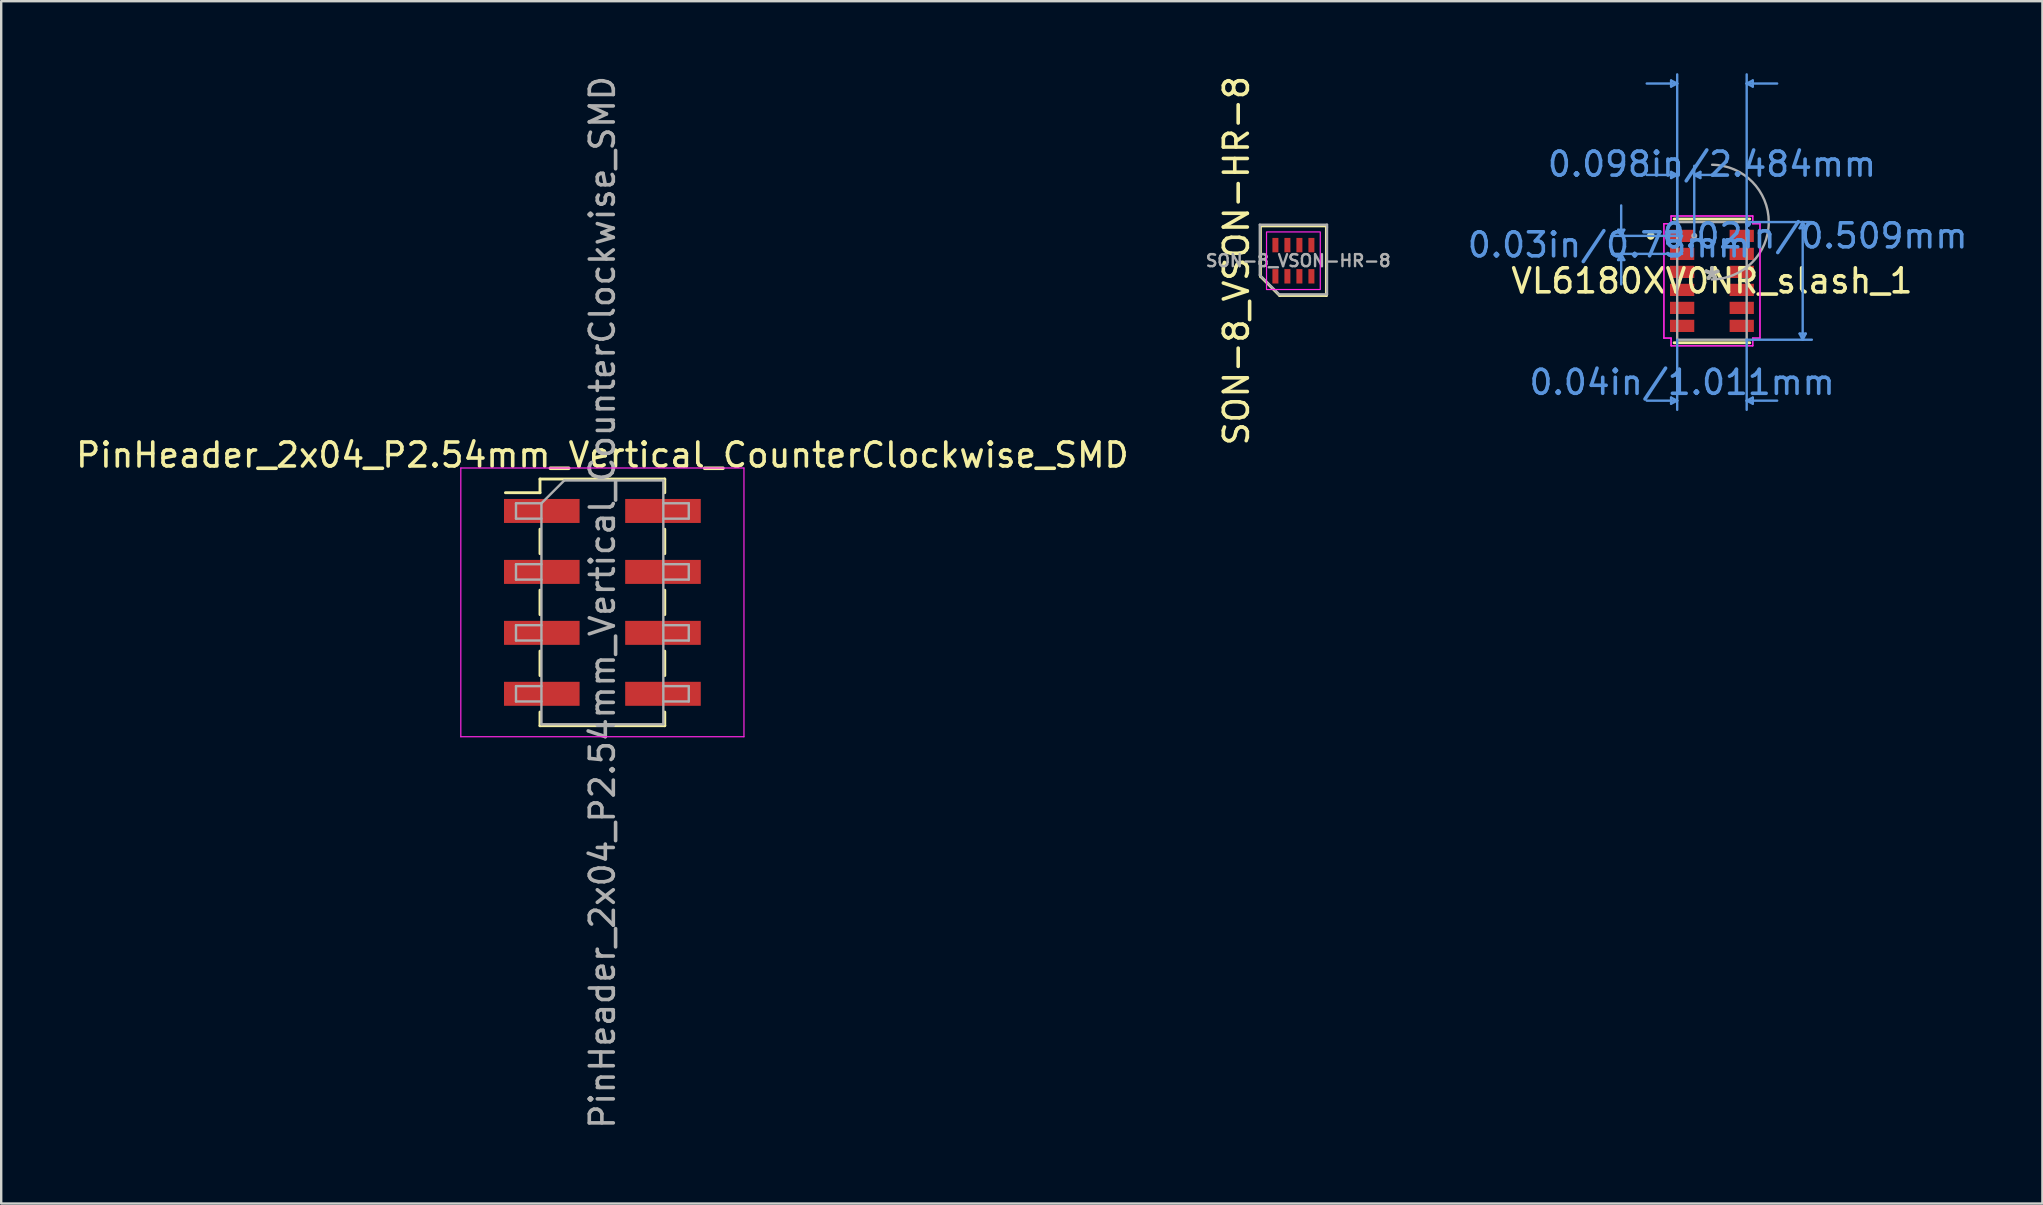
<source format=kicad_pcb>
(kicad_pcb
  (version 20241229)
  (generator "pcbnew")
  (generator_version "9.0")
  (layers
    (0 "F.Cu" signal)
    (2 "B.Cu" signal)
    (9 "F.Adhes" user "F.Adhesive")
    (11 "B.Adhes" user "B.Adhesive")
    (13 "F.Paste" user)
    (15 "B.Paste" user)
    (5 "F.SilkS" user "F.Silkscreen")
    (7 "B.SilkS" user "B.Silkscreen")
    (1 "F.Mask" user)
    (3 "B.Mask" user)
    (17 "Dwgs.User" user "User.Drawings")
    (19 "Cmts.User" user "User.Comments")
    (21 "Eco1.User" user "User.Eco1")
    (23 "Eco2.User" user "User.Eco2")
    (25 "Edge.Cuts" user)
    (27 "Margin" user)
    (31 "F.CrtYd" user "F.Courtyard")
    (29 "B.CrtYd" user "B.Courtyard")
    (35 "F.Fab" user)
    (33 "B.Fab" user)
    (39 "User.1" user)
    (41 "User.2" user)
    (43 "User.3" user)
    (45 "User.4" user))
  (footprint "PinHeader_2x04_P2.54mm_Vertical_CounterClockwise_SMD"
    (layer "F.Cu")
    (at 22.054 22.054)
    (property "Reference" "PinHeader_2x04_P2.54mm_Vertical_CounterClockwise_SMD" (at 0 -6.14 0) (layer "F.SilkS") (effects (font (size 1 1) (thickness 0.15))))
    (attr smd)
    (fp_line (start -4.04 -4.57) (end -2.6 -4.57) (stroke (width 0.12) (type solid)) (layer "F.SilkS"))
    (fp_line (start -2.6 -5.14) (end -2.6 -4.57) (stroke (width 0.12) (type solid)) (layer "F.SilkS"))
    (fp_line (start -2.6 -5.14) (end 2.6 -5.14) (stroke (width 0.12) (type solid)) (layer "F.SilkS"))
    (fp_line (start -2.6 -3.05) (end -2.6 -2.03) (stroke (width 0.12) (type solid)) (layer "F.SilkS"))
    (fp_line (start -2.6 -0.51) (end -2.6 0.51) (stroke (width 0.12) (type solid)) (layer "F.SilkS"))
    (fp_line (start -2.6 2.03) (end -2.6 3.05) (stroke (width 0.12) (type solid)) (layer "F.SilkS"))
    (fp_line (start -2.6 4.57) (end -2.6 5.14) (stroke (width 0.12) (type solid)) (layer "F.SilkS"))
    (fp_line (start -2.6 5.14) (end 2.6 5.14) (stroke (width 0.12) (type solid)) (layer "F.SilkS"))
    (fp_line (start 2.6 -5.14) (end 2.6 -4.57) (stroke (width 0.12) (type solid)) (layer "F.SilkS"))
    (fp_line (start 2.6 -3.05) (end 2.6 -2.03) (stroke (width 0.12) (type solid)) (layer "F.SilkS"))
    (fp_line (start 2.6 -0.51) (end 2.6 0.51) (stroke (width 0.12) (type solid)) (layer "F.SilkS"))
    (fp_line (start 2.6 2.03) (end 2.6 3.05) (stroke (width 0.12) (type solid)) (layer "F.SilkS"))
    (fp_line (start 2.6 4.57) (end 2.6 5.14) (stroke (width 0.12) (type solid)) (layer "F.SilkS"))
    (fp_line (start -5.9 -5.6) (end -5.9 5.6) (stroke (width 0.05) (type solid)) (layer "F.CrtYd"))
    (fp_line (start -5.9 5.6) (end 5.9 5.6) (stroke (width 0.05) (type solid)) (layer "F.CrtYd"))
    (fp_line (start 5.9 -5.6) (end -5.9 -5.6) (stroke (width 0.05) (type solid)) (layer "F.CrtYd"))
    (fp_line (start 5.9 5.6) (end 5.9 -5.6) (stroke (width 0.05) (type solid)) (layer "F.CrtYd"))
    (fp_line (start -3.6 -4.13) (end -3.6 -3.49) (stroke (width 0.1) (type solid)) (layer "F.Fab"))
    (fp_line (start -3.6 -3.49) (end -2.54 -3.49) (stroke (width 0.1) (type solid)) (layer "F.Fab"))
    (fp_line (start -3.6 -1.59) (end -3.6 -0.95) (stroke (width 0.1) (type solid)) (layer "F.Fab"))
    (fp_line (start -3.6 -0.95) (end -2.54 -0.95) (stroke (width 0.1) (type solid)) (layer "F.Fab"))
    (fp_line (start -3.6 0.95) (end -3.6 1.59) (stroke (width 0.1) (type solid)) (layer "F.Fab"))
    (fp_line (start -3.6 1.59) (end -2.54 1.59) (stroke (width 0.1) (type solid)) (layer "F.Fab"))
    (fp_line (start -3.6 3.49) (end -3.6 4.13) (stroke (width 0.1) (type solid)) (layer "F.Fab"))
    (fp_line (start -3.6 4.13) (end -2.54 4.13) (stroke (width 0.1) (type solid)) (layer "F.Fab"))
    (fp_line (start -2.54 -4.13) (end -3.6 -4.13) (stroke (width 0.1) (type solid)) (layer "F.Fab"))
    (fp_line (start -2.54 -4.13) (end -1.59 -5.08) (stroke (width 0.1) (type solid)) (layer "F.Fab"))
    (fp_line (start -2.54 -1.59) (end -3.6 -1.59) (stroke (width 0.1) (type solid)) (layer "F.Fab"))
    (fp_line (start -2.54 0.95) (end -3.6 0.95) (stroke (width 0.1) (type solid)) (layer "F.Fab"))
    (fp_line (start -2.54 3.49) (end -3.6 3.49) (stroke (width 0.1) (type solid)) (layer "F.Fab"))
    (fp_line (start -2.54 5.08) (end -2.54 -4.13) (stroke (width 0.1) (type solid)) (layer "F.Fab"))
    (fp_line (start -1.59 -5.08) (end 2.54 -5.08) (stroke (width 0.1) (type solid)) (layer "F.Fab"))
    (fp_line (start 2.54 -5.08) (end 2.54 5.08) (stroke (width 0.1) (type solid)) (layer "F.Fab"))
    (fp_line (start 2.54 -4.13) (end 3.6 -4.13) (stroke (width 0.1) (type solid)) (layer "F.Fab"))
    (fp_line (start 2.54 -1.59) (end 3.6 -1.59) (stroke (width 0.1) (type solid)) (layer "F.Fab"))
    (fp_line (start 2.54 0.95) (end 3.6 0.95) (stroke (width 0.1) (type solid)) (layer "F.Fab"))
    (fp_line (start 2.54 3.49) (end 3.6 3.49) (stroke (width 0.1) (type solid)) (layer "F.Fab"))
    (fp_line (start 2.54 5.08) (end -2.54 5.08) (stroke (width 0.1) (type solid)) (layer "F.Fab"))
    (fp_line (start 3.6 -4.13) (end 3.6 -3.49) (stroke (width 0.1) (type solid)) (layer "F.Fab"))
    (fp_line (start 3.6 -3.49) (end 2.54 -3.49) (stroke (width 0.1) (type solid)) (layer "F.Fab"))
    (fp_line (start 3.6 -1.59) (end 3.6 -0.95) (stroke (width 0.1) (type solid)) (layer "F.Fab"))
    (fp_line (start 3.6 -0.95) (end 2.54 -0.95) (stroke (width 0.1) (type solid)) (layer "F.Fab"))
    (fp_line (start 3.6 0.95) (end 3.6 1.59) (stroke (width 0.1) (type solid)) (layer "F.Fab"))
    (fp_line (start 3.6 1.59) (end 2.54 1.59) (stroke (width 0.1) (type solid)) (layer "F.Fab"))
    (fp_line (start 3.6 3.49) (end 3.6 4.13) (stroke (width 0.1) (type solid)) (layer "F.Fab"))
    (fp_line (start 3.6 4.13) (end 2.54 4.13) (stroke (width 0.1) (type solid)) (layer "F.Fab"))
    (fp_text user "${REFERENCE}" (at 0 0 90) (layer "F.Fab") (effects (font (size 1 1) (thickness 0.15))))
    (pad "1" smd rect (at -2.525 -3.81) (size 3.15 1) (layers "F.Cu" "F.Mask" "F.Paste"))
    (pad "2" smd rect (at -2.525 -1.27) (size 3.15 1) (layers "F.Cu" "F.Mask" "F.Paste"))
    (pad "3" smd rect (at -2.525 1.27) (size 3.15 1) (layers "F.Cu" "F.Mask" "F.Paste"))
    (pad "4" smd rect (at -2.525 3.81) (size 3.15 1) (layers "F.Cu" "F.Mask" "F.Paste"))
    (pad "5" smd rect (at 2.525 3.81) (size 3.15 1) (layers "F.Cu" "F.Mask" "F.Paste"))
    (pad "6" smd rect (at 2.525 1.27) (size 3.15 1) (layers "F.Cu" "F.Mask" "F.Paste"))
    (pad "7" smd rect (at 2.525 -1.27) (size 3.15 1) (layers "F.Cu" "F.Mask" "F.Paste"))
    (pad "8" smd rect (at 2.525 -3.81) (size 3.15 1) (layers "F.Cu" "F.Mask" "F.Paste")))
  (footprint "VL6180XV0NR_slash_1"
    (layer "F.Cu")
    (at 68.294 8.656)
    (property "Reference" "VL6180XV0NR_slash_1" (at 0 0 0) (layer "F.SilkS") (effects (font (size 1 1) (thickness 0.15))))
    (attr through_hole)
    (fp_line (start -1.575 2.578) (end 1.575 2.578) (stroke (width 0.12) (type solid)) (layer "F.SilkS"))
    (fp_line (start 1.575 -2.578) (end -1.575 -2.578) (stroke (width 0.12) (type solid)) (layer "F.SilkS"))
    (fp_circle (center -2.549 -1.875) (end -2.447 -1.875) (stroke (width 0.12) (type solid)) (fill no) (layer "F.SilkS"))
    (fp_line (start -3.909 -2.129) (end -3.655 -2.129) (stroke (width 0.1) (type solid)) (layer "Cmts.User"))
    (fp_line (start -3.909 -0.871) (end -3.655 -0.871) (stroke (width 0.1) (type solid)) (layer "Cmts.User"))
    (fp_line (start -3.782 -1.875) (end -3.909 -2.129) (stroke (width 0.1) (type solid)) (layer "Cmts.User"))
    (fp_line (start -3.782 -1.875) (end -3.782 -3.145) (stroke (width 0.1) (type solid)) (layer "Cmts.User"))
    (fp_line (start -3.782 -1.875) (end -3.655 -2.129) (stroke (width 0.1) (type solid)) (layer "Cmts.User"))
    (fp_line (start -3.782 -1.125) (end -3.909 -0.871) (stroke (width 0.1) (type solid)) (layer "Cmts.User"))
    (fp_line (start -3.782 -1.125) (end -3.782 0.145) (stroke (width 0.1) (type solid)) (layer "Cmts.User"))
    (fp_line (start -3.782 -1.125) (end -3.655 -0.871) (stroke (width 0.1) (type solid)) (layer "Cmts.User"))
    (fp_line (start -1.702 -8.352) (end -1.702 -8.098) (stroke (width 0.1) (type solid)) (layer "Cmts.User"))
    (fp_line (start -1.702 -4.542) (end -1.702 -4.288) (stroke (width 0.1) (type solid)) (layer "Cmts.User"))
    (fp_line (start -1.702 4.864) (end -1.702 5.118) (stroke (width 0.1) (type solid)) (layer "Cmts.User"))
    (fp_line (start -1.448 -8.225) (end -2.718 -8.225) (stroke (width 0.1) (type solid)) (layer "Cmts.User"))
    (fp_line (start -1.448 -8.225) (end -1.702 -8.352) (stroke (width 0.1) (type solid)) (layer "Cmts.User"))
    (fp_line (start -1.448 -8.225) (end -1.702 -8.098) (stroke (width 0.1) (type solid)) (layer "Cmts.User"))
    (fp_line (start -1.448 -4.415) (end -2.718 -4.415) (stroke (width 0.1) (type solid)) (layer "Cmts.User"))
    (fp_line (start -1.448 -4.415) (end -1.702 -4.542) (stroke (width 0.1) (type solid)) (layer "Cmts.User"))
    (fp_line (start -1.448 -4.415) (end -1.702 -4.288) (stroke (width 0.1) (type solid)) (layer "Cmts.User"))
    (fp_line (start -1.448 -1.875) (end -1.448 -8.606) (stroke (width 0.1) (type solid)) (layer "Cmts.User"))
    (fp_line (start -1.448 -1.875) (end -1.448 -4.796) (stroke (width 0.1) (type solid)) (layer "Cmts.User"))
    (fp_line (start -1.448 2.451) (end -1.448 5.372) (stroke (width 0.1) (type solid)) (layer "Cmts.User"))
    (fp_line (start -1.448 4.991) (end -2.718 4.991) (stroke (width 0.1) (type solid)) (layer "Cmts.User"))
    (fp_line (start -1.448 4.991) (end -1.702 4.864) (stroke (width 0.1) (type solid)) (layer "Cmts.User"))
    (fp_line (start -1.448 4.991) (end -1.702 5.118) (stroke (width 0.1) (type solid)) (layer "Cmts.User"))
    (fp_line (start -1.242 -1.875) (end -4.163 -1.875) (stroke (width 0.1) (type solid)) (layer "Cmts.User"))
    (fp_line (start -1.242 -1.125) (end -4.163 -1.125) (stroke (width 0.1) (type solid)) (layer "Cmts.User"))
    (fp_line (start -0.737 -4.415) (end -0.483 -4.542) (stroke (width 0.1) (type solid)) (layer "Cmts.User"))
    (fp_line (start -0.737 -4.415) (end -0.483 -4.288) (stroke (width 0.1) (type solid)) (layer "Cmts.User"))
    (fp_line (start -0.737 -4.415) (end 0.533 -4.415) (stroke (width 0.1) (type solid)) (layer "Cmts.User"))
    (fp_line (start -0.737 -1.875) (end -0.737 -4.796) (stroke (width 0.1) (type solid)) (layer "Cmts.User"))
    (fp_line (start -0.483 -4.542) (end -0.483 -4.288) (stroke (width 0.1) (type solid)) (layer "Cmts.User"))
    (fp_line (start 1.448 -8.225) (end 1.702 -8.352) (stroke (width 0.1) (type solid)) (layer "Cmts.User"))
    (fp_line (start 1.448 -8.225) (end 1.702 -8.098) (stroke (width 0.1) (type solid)) (layer "Cmts.User"))
    (fp_line (start 1.448 -8.225) (end 2.718 -8.225) (stroke (width 0.1) (type solid)) (layer "Cmts.User"))
    (fp_line (start 1.448 -2.451) (end 4.163 -2.451) (stroke (width 0.1) (type solid)) (layer "Cmts.User"))
    (fp_line (start 1.448 -1.875) (end 1.448 -8.606) (stroke (width 0.1) (type solid)) (layer "Cmts.User"))
    (fp_line (start 1.448 2.451) (end 1.448 5.372) (stroke (width 0.1) (type solid)) (layer "Cmts.User"))
    (fp_line (start 1.448 2.451) (end 4.163 2.451) (stroke (width 0.1) (type solid)) (layer "Cmts.User"))
    (fp_line (start 1.448 4.991) (end 1.702 4.864) (stroke (width 0.1) (type solid)) (layer "Cmts.User"))
    (fp_line (start 1.448 4.991) (end 1.702 5.118) (stroke (width 0.1) (type solid)) (layer "Cmts.User"))
    (fp_line (start 1.448 4.991) (end 2.718 4.991) (stroke (width 0.1) (type solid)) (layer "Cmts.User"))
    (fp_line (start 1.702 -8.352) (end 1.702 -8.098) (stroke (width 0.1) (type solid)) (layer "Cmts.User"))
    (fp_line (start 1.702 4.864) (end 1.702 5.118) (stroke (width 0.1) (type solid)) (layer "Cmts.User"))
    (fp_line (start 3.655 -2.197) (end 3.909 -2.197) (stroke (width 0.1) (type solid)) (layer "Cmts.User"))
    (fp_line (start 3.655 2.197) (end 3.909 2.197) (stroke (width 0.1) (type solid)) (layer "Cmts.User"))
    (fp_line (start 3.782 -2.451) (end 3.655 -2.197) (stroke (width 0.1) (type solid)) (layer "Cmts.User"))
    (fp_line (start 3.782 -2.451) (end 3.782 2.451) (stroke (width 0.1) (type solid)) (layer "Cmts.User"))
    (fp_line (start 3.782 -2.451) (end 3.909 -2.197) (stroke (width 0.1) (type solid)) (layer "Cmts.User"))
    (fp_line (start 3.782 2.451) (end 3.655 2.197) (stroke (width 0.1) (type solid)) (layer "Cmts.User"))
    (fp_line (start 3.782 2.451) (end 3.909 2.197) (stroke (width 0.1) (type solid)) (layer "Cmts.User"))
    (fp_line (start -2.002 -2.383) (end -1.702 -2.383) (stroke (width 0.05) (type solid)) (layer "F.CrtYd"))
    (fp_line (start -2.002 -2.383) (end -1.702 -2.383) (stroke (width 0.05) (type solid)) (layer "F.CrtYd"))
    (fp_line (start -2.002 2.383) (end -2.002 -2.383) (stroke (width 0.05) (type solid)) (layer "F.CrtYd"))
    (fp_line (start -2.002 2.383) (end -2.002 -2.383) (stroke (width 0.05) (type solid)) (layer "F.CrtYd"))
    (fp_line (start -2.002 2.383) (end -1.702 2.383) (stroke (width 0.05) (type solid)) (layer "F.CrtYd"))
    (fp_line (start -1.702 -2.705) (end 1.702 -2.705) (stroke (width 0.05) (type solid)) (layer "F.CrtYd"))
    (fp_line (start -1.702 -2.705) (end 1.702 -2.705) (stroke (width 0.05) (type solid)) (layer "F.CrtYd"))
    (fp_line (start -1.702 -2.383) (end -1.702 -2.705) (stroke (width 0.05) (type solid)) (layer "F.CrtYd"))
    (fp_line (start -1.702 -2.383) (end -1.702 -2.705) (stroke (width 0.05) (type solid)) (layer "F.CrtYd"))
    (fp_line (start -1.702 2.383) (end -2.002 2.383) (stroke (width 0.05) (type solid)) (layer "F.CrtYd"))
    (fp_line (start -1.702 2.705) (end -1.702 2.383) (stroke (width 0.05) (type solid)) (layer "F.CrtYd"))
    (fp_line (start -1.702 2.705) (end -1.702 2.383) (stroke (width 0.05) (type solid)) (layer "F.CrtYd"))
    (fp_line (start 1.702 -2.705) (end 1.702 -2.383) (stroke (width 0.05) (type solid)) (layer "F.CrtYd"))
    (fp_line (start 1.702 -2.705) (end 1.702 -2.383) (stroke (width 0.05) (type solid)) (layer "F.CrtYd"))
    (fp_line (start 1.702 -2.383) (end 2.002 -2.383) (stroke (width 0.05) (type solid)) (layer "F.CrtYd"))
    (fp_line (start 1.702 2.383) (end 1.702 2.705) (stroke (width 0.05) (type solid)) (layer "F.CrtYd"))
    (fp_line (start 1.702 2.383) (end 1.702 2.705) (stroke (width 0.05) (type solid)) (layer "F.CrtYd"))
    (fp_line (start 1.702 2.705) (end -1.702 2.705) (stroke (width 0.05) (type solid)) (layer "F.CrtYd"))
    (fp_line (start 1.702 2.705) (end -1.702 2.705) (stroke (width 0.05) (type solid)) (layer "F.CrtYd"))
    (fp_line (start 2.002 -2.383) (end 1.702 -2.383) (stroke (width 0.05) (type solid)) (layer "F.CrtYd"))
    (fp_line (start 2.002 -2.383) (end 2.002 2.383) (stroke (width 0.05) (type solid)) (layer "F.CrtYd"))
    (fp_line (start 2.002 -2.383) (end 2.002 2.383) (stroke (width 0.05) (type solid)) (layer "F.CrtYd"))
    (fp_line (start 2.002 2.383) (end 1.702 2.383) (stroke (width 0.05) (type solid)) (layer "F.CrtYd"))
    (fp_line (start 2.002 2.383) (end 1.702 2.383) (stroke (width 0.05) (type solid)) (layer "F.CrtYd"))
    (fp_line (start -1.448 -2.451) (end -1.448 2.451) (stroke (width 0.1) (type solid)) (layer "F.Fab"))
    (fp_line (start -1.448 2.451) (end 1.448 2.451) (stroke (width 0.1) (type solid)) (layer "F.Fab"))
    (fp_line (start 1.448 -2.451) (end -1.448 -2.451) (stroke (width 0.1) (type solid)) (layer "F.Fab"))
    (fp_line (start 1.448 2.451) (end 1.448 -2.451) (stroke (width 0.1) (type solid)) (layer "F.Fab"))
    (fp_arc (start 0.007742 -4.839942) (mid 2.388842 -2.443358) (end -0.007742 -0.062258) (stroke (width 0.1) (type solid)) (layer "F.Fab"))
    (fp_circle (center -0.737 -1.875) (end -0.66 -1.875) (stroke (width 0.1) (type solid)) (fill no) (layer "F.Fab"))
    (fp_text user "*" (at 0 0 0) (layer "F.SilkS") (effects (font (size 1 1) (thickness 0.15))))
    (fp_text user "0.04in/1.011mm" (at -1.242 4.229 0) (layer "Cmts.User") (effects (font (size 1 1) (thickness 0.15))))
    (fp_text user "0.02in/0.509mm" (at 4.29 -1.875 0) (layer "Cmts.User") (effects (font (size 1 1) (thickness 0.15))))
    (fp_text user "0.098in/2.484mm" (at 0 -4.864 0) (layer "Cmts.User") (effects (font (size 1 1) (thickness 0.15))))
    (fp_text user "Copyright 2021 Accelerated Designs. All rights reserved." (at 0 0 0) (layer "Cmts.User") (effects (font (size 0.127 0.127) (thickness 0.002))))
    (fp_text user "0.03in/0.75mm" (at -4.29 -1.5 0) (layer "Cmts.User") (effects (font (size 1 1) (thickness 0.15))))
    (fp_text user "*" (at 0 0 0) (layer "F.Fab") (effects (font (size 1 1) (thickness 0.15))))
    (pad "1" smd rect (at -1.242 -1.875) (size 1.011 0.509) (layers "F.Cu" "F.Mask" "F.Paste"))
    (pad "2" smd rect (at -1.242 -1.125) (size 1.011 0.509) (layers "F.Cu" "F.Mask" "F.Paste"))
    (pad "3" smd rect (at -1.242 -0.375) (size 1.011 0.509) (layers "F.Cu" "F.Mask" "F.Paste"))
    (pad "4" smd rect (at -1.242 0.375) (size 1.011 0.509) (layers "F.Cu" "F.Mask" "F.Paste"))
    (pad "5" smd rect (at -1.242 1.125) (size 1.011 0.509) (layers "F.Cu" "F.Mask" "F.Paste"))
    (pad "6" smd rect (at -1.242 1.875) (size 1.011 0.509) (layers "F.Cu" "F.Mask" "F.Paste"))
    (pad "7" smd rect (at 1.242 1.875) (size 1.011 0.509) (layers "F.Cu" "F.Mask" "F.Paste"))
    (pad "8" smd rect (at 1.242 1.125) (size 1.011 0.509) (layers "F.Cu" "F.Mask" "F.Paste"))
    (pad "9" smd rect (at 1.242 0.375) (size 1.011 0.509) (layers "F.Cu" "F.Mask" "F.Paste"))
    (pad "10" smd rect (at 1.242 -0.375) (size 1.011 0.509) (layers "F.Cu" "F.Mask" "F.Paste"))
    (pad "11" smd rect (at 1.242 -1.125) (size 1.011 0.509) (layers "F.Cu" "F.Mask" "F.Paste"))
    (pad "12" smd rect (at 1.242 -1.875) (size 1.011 0.509) (layers "F.Cu" "F.Mask" "F.Paste")))
  (footprint "SON-8_VSON-HR-8"
    (layer "F.Cu")
    (at 50.852 7.815)
    (property "Reference" "SON-8_VSON-HR-8" (at -2.375 0 90) (layer "F.SilkS") (effects (font (size 1 1) (thickness 0.15))))
    (attr through_hole)
    (fp_line (start -1.375 -1.45) (end 1.375 -1.45) (stroke (width 0.12) (type solid)) (layer "F.SilkS"))
    (fp_line (start -1.375 0.65) (end -1.375 -1.45) (stroke (width 0.12) (type solid)) (layer "F.SilkS"))
    (fp_line (start -0.575 1.45) (end -1.375 0.65) (stroke (width 0.12) (type solid)) (layer "F.SilkS"))
    (fp_line (start 1.375 -1.45) (end 1.375 1.45) (stroke (width 0.12) (type solid)) (layer "F.SilkS"))
    (fp_line (start 1.375 1.45) (end -0.575 1.45) (stroke (width 0.12) (type solid)) (layer "F.SilkS"))
    (fp_rect (start -1.12 -1.2) (end 1.12 1.2) (stroke (width 0.05) (type solid)) (fill no) (layer "F.CrtYd"))
    (fp_line (start -1.4 -1.5) (end 1.4 -1.5) (stroke (width 0.1) (type solid)) (layer "F.Fab"))
    (fp_line (start -1.4 0.6) (end -1.4 -1.5) (stroke (width 0.1) (type solid)) (layer "F.Fab"))
    (fp_line (start -0.6 1.4) (end -1.4 0.6) (stroke (width 0.1) (type solid)) (layer "F.Fab"))
    (fp_line (start 1.4 -1.5) (end 1.4 -1.4) (stroke (width 0.1) (type solid)) (layer "F.Fab"))
    (fp_line (start 1.4 -1.4) (end 1.4 1.4) (stroke (width 0.1) (type solid)) (layer "F.Fab"))
    (fp_line (start 1.4 1.4) (end -0.6 1.4) (stroke (width 0.1) (type solid)) (layer "F.Fab"))
    (fp_text user "${REFERENCE}" (at 0.2 0 0) (unlocked yes) (layer "F.Fab") (effects (font (size 0.5 0.5) (thickness 0.1))))
    (pad "1" smd rect (at -0.75 0.65) (size 0.25 0.6) (layers "F.Cu" "F.Mask" "F.Paste"))
    (pad "2" smd rect (at -0.25 0.65) (size 0.25 0.6) (layers "F.Cu" "F.Mask" "F.Paste"))
    (pad "3" smd rect (at 0.25 0.65) (size 0.25 0.6) (layers "F.Cu" "F.Mask" "F.Paste"))
    (pad "4" smd rect (at 0.75 0.65) (size 0.25 0.6) (layers "F.Cu" "F.Mask" "F.Paste"))
    (pad "5" smd rect (at 0.75 -0.65) (size 0.25 0.6) (layers "F.Cu" "F.Mask" "F.Paste"))
    (pad "6" smd rect (at 0.25 -0.65) (size 0.25 0.6) (layers "F.Cu" "F.Mask" "F.Paste"))
    (pad "7" smd rect (at -0.25 -0.65) (size 0.25 0.6) (layers "F.Cu" "F.Mask" "F.Paste"))
    (pad "8" smd rect (at -0.75 -0.65) (size 0.25 0.6) (layers "F.Cu" "F.Mask" "F.Paste")))
  (gr_rect
    (start -3 -3)
    (end 82.066 47.107)
    (stroke (width 0.1) (type default))
    (fill no)
    (layer "Edge.Cuts")))
</source>
